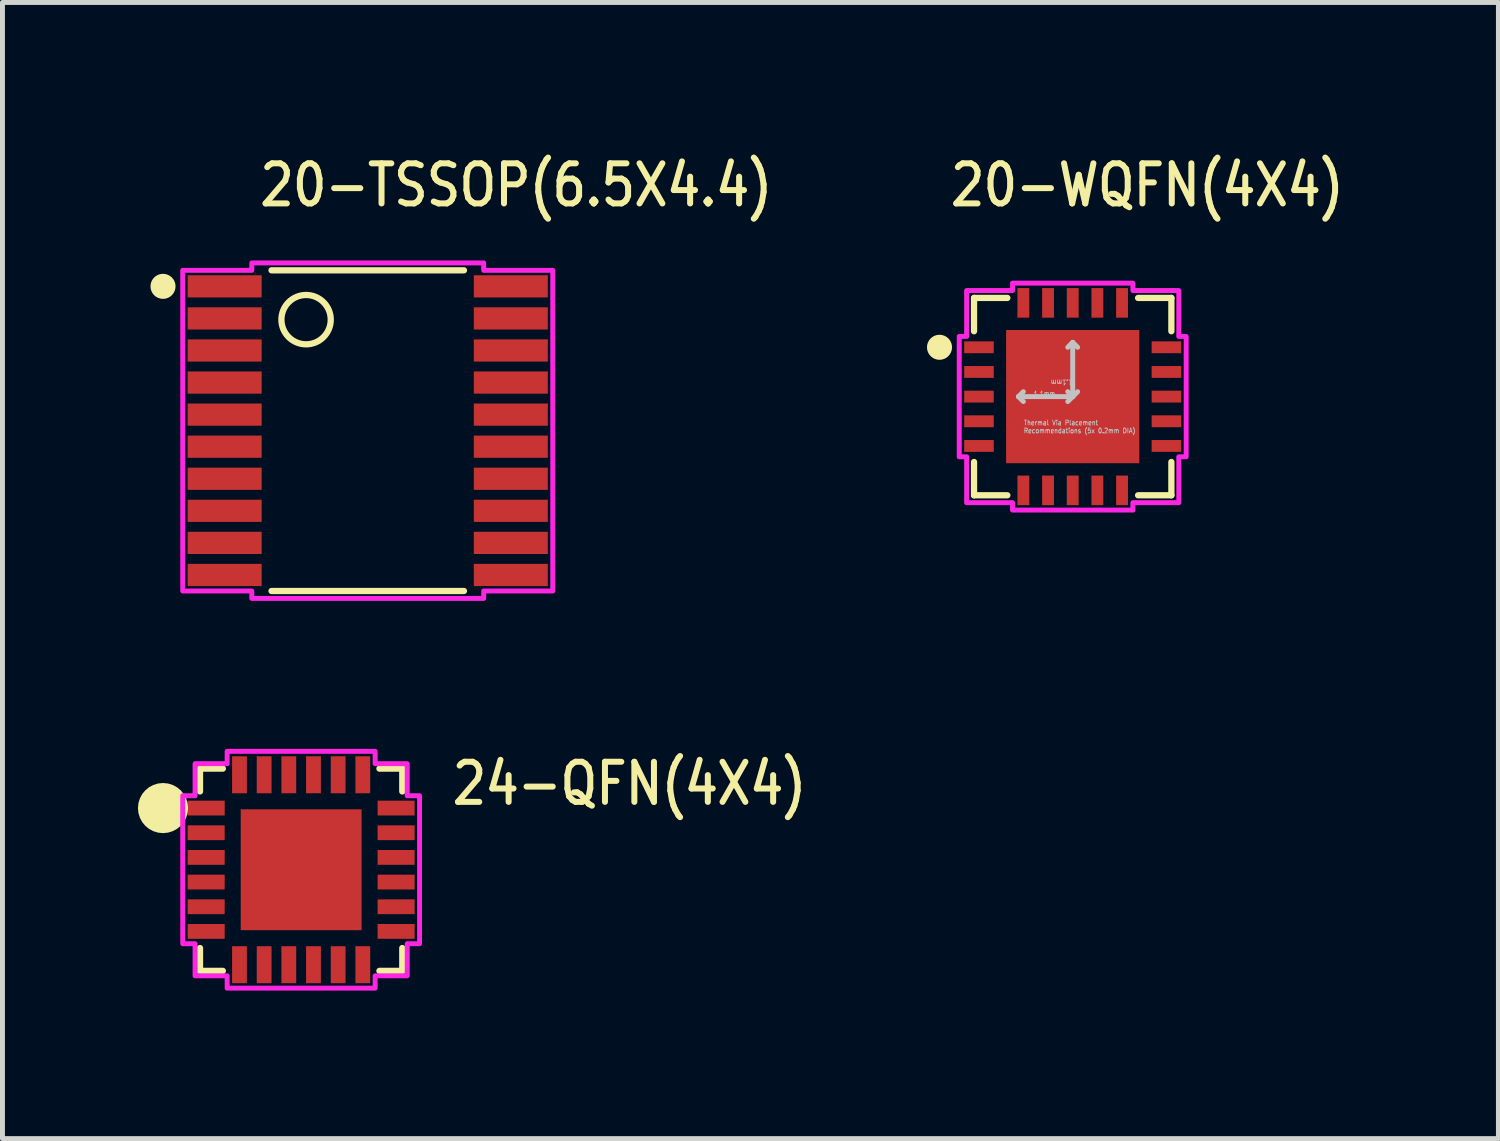
<source format=kicad_pcb>
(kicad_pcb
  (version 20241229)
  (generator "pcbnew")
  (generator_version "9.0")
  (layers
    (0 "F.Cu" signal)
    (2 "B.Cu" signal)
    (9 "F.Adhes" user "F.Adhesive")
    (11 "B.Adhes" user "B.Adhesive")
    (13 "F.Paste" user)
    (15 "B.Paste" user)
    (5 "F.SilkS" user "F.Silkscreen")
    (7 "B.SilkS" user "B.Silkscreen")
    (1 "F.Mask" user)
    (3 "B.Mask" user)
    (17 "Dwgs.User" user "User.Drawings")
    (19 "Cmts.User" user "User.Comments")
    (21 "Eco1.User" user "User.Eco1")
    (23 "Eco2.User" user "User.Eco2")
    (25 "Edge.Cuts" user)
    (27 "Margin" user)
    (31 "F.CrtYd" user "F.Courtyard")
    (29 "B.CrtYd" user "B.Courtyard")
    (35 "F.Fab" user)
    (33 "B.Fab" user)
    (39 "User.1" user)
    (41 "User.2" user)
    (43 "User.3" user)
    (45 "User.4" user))
  (footprint "20-WQFN(4X4)"
    (layer "F.Cu")
    (at 18.693 4.989)
    (property "Reference" "20-WQFN(4X4)" (at -2.54 -3.81 0) (unlocked yes) (layer "F.SilkS") (effects (font (size 0.813 0.695) (thickness 0.122)) (justify left bottom)))
    (fp_line (start -2 -2) (end -2 -1.325) (stroke (width 0.127) (type solid)) (layer "F.SilkS"))
    (fp_line (start -2 1.325) (end -2 2) (stroke (width 0.127) (type solid)) (layer "F.SilkS"))
    (fp_line (start -2 2) (end -1.325 2) (stroke (width 0.127) (type solid)) (layer "F.SilkS"))
    (fp_line (start -1.325 -2) (end -2 -2) (stroke (width 0.127) (type solid)) (layer "F.SilkS"))
    (fp_line (start 1.325 2) (end 2 2) (stroke (width 0.127) (type solid)) (layer "F.SilkS"))
    (fp_line (start 2 -2) (end 1.325 -2) (stroke (width 0.127) (type solid)) (layer "F.SilkS"))
    (fp_line (start 2 -1.325) (end 2 -2) (stroke (width 0.127) (type solid)) (layer "F.SilkS"))
    (fp_line (start 2 2) (end 2 1.325) (stroke (width 0.127) (type solid)) (layer "F.SilkS"))
    (fp_circle (center -2.7 -1) (end -2.446 -1) (stroke (width 0) (type solid)) (fill yes) (layer "F.SilkS"))
    (fp_poly (pts (xy -1.285 -0.095) (xy -0.095 -0.095) (xy -0.095 -1.285) (xy -1.285 -1.285)) (stroke (width 0) (type solid)) (fill yes) (layer "F.Paste"))
    (fp_poly (pts (xy -1.285 1.285) (xy -0.095 1.285) (xy -0.095 0.095) (xy -1.285 0.095)) (stroke (width 0) (type solid)) (fill yes) (layer "F.Paste"))
    (fp_poly (pts (xy 0.095 -0.095) (xy 1.285 -0.095) (xy 1.285 -1.285) (xy 0.095 -1.285)) (stroke (width 0) (type solid)) (fill yes) (layer "F.Paste"))
    (fp_poly (pts (xy 0.095 1.285) (xy 1.285 1.285) (xy 1.285 0.095) (xy 0.095 0.095)) (stroke (width 0) (type solid)) (fill yes) (layer "F.Paste"))
    (fp_line (start -1.1 0) (end -1 -0.1) (stroke (width 0.1) (type solid)) (layer "Dwgs.User"))
    (fp_line (start -1.1 0) (end -1 0.1) (stroke (width 0.1) (type solid)) (layer "Dwgs.User"))
    (fp_line (start -1.1 0) (end 0 0) (stroke (width 0.1) (type solid)) (layer "Dwgs.User"))
    (fp_line (start -0.1 -0.1) (end 0 0) (stroke (width 0.1) (type solid)) (layer "Dwgs.User"))
    (fp_line (start 0 -1.1) (end -0.1 -1) (stroke (width 0.1) (type solid)) (layer "Dwgs.User"))
    (fp_line (start 0 -1.1) (end 0.1 -1) (stroke (width 0.1) (type solid)) (layer "Dwgs.User"))
    (fp_line (start 0 0) (end -0.1 0.1) (stroke (width 0.1) (type solid)) (layer "Dwgs.User"))
    (fp_line (start 0 0) (end 0 -1.1) (stroke (width 0.1) (type solid)) (layer "Dwgs.User"))
    (fp_line (start 0 0) (end 0.1 -0.1) (stroke (width 0.1) (type solid)) (layer "Dwgs.User"))
    (fp_circle (center -1.1 0) (end -1 0) (stroke (width 0.000009) (type solid)) (fill no) (layer "Dwgs.User"))
    (fp_circle (center 0 -1.1) (end 0.1 -1.1) (stroke (width 0.000009) (type solid)) (fill no) (layer "Dwgs.User"))
    (fp_circle (center 0 0) (end 0.1 0) (stroke (width 0.000009) (type solid)) (fill no) (layer "Dwgs.User"))
    (fp_circle (center 0 1.1) (end 0.1 1.1) (stroke (width 0.000009) (type solid)) (fill no) (layer "Dwgs.User"))
    (fp_circle (center 1.1 0) (end 1.2 0) (stroke (width 0.000009) (type solid)) (fill no) (layer "Dwgs.User"))
    (fp_poly (pts (xy -2.15 1.22) (xy -2.3 1.22) (xy -2.3 -1.22) (xy -2.15 -1.22) (xy -2.15 -2.15) (xy -1.22 -2.15) (xy -1.22 -2.3) (xy 1.22 -2.3) (xy 1.22 -2.15) (xy 2.15 -2.15) (xy 2.15 -1.22) (xy 2.3 -1.22) (xy 2.3 1.22) (xy 2.15 1.22) (xy 2.15 2.15) (xy 1.22 2.15) (xy 1.22 2.3) (xy -1.22 2.3) (xy -1.22 2.15) (xy -2.15 2.15)) (stroke (width 0.1) (type solid)) (fill no) (layer "F.CrtYd"))
    (fp_text user "1.1mm" (at -0.8 0 0) (unlocked yes) (layer "Dwgs.User") (effects (font (size 0.1 0.086) (thickness 0.015)) (justify left bottom)))
    (fp_text user "Thermal Via Placement \nRecommendations (5x 0.2mm DIA)" (at -1 0.75 0) (unlocked yes) (layer "Dwgs.User") (effects (font (size 0.1 0.086) (thickness 0.015)) (justify left bottom)))
    (fp_text user "1.1mm" (at 0 -0.35 180) (unlocked yes) (layer "Dwgs.User") (effects (font (size 0.1 0.086) (thickness 0.015)) (justify left bottom)))
    (pad "1" smd rect (at -1.9 -1) (size 0.6 0.24) (layers "F.Cu" "F.Mask" "F.Paste"))
    (pad "2" smd rect (at -1.9 -0.5) (size 0.6 0.24) (layers "F.Cu" "F.Mask" "F.Paste"))
    (pad "3" smd rect (at -1.9 0) (size 0.6 0.24) (layers "F.Cu" "F.Mask" "F.Paste"))
    (pad "4" smd rect (at -1.9 0.5) (size 0.6 0.24) (layers "F.Cu" "F.Mask" "F.Paste"))
    (pad "5" smd rect (at -1.9 1) (size 0.6 0.24) (layers "F.Cu" "F.Mask" "F.Paste"))
    (pad "6" smd rect (at -1 1.9) (size 0.24 0.6) (layers "F.Cu" "F.Mask" "F.Paste"))
    (pad "7" smd rect (at -0.5 1.9) (size 0.24 0.6) (layers "F.Cu" "F.Mask" "F.Paste"))
    (pad "8" smd rect (at 0 1.9) (size 0.24 0.6) (layers "F.Cu" "F.Mask" "F.Paste"))
    (pad "9" smd rect (at 0.5 1.9) (size 0.24 0.6) (layers "F.Cu" "F.Mask" "F.Paste"))
    (pad "10" smd rect (at 1 1.9) (size 0.24 0.6) (layers "F.Cu" "F.Mask" "F.Paste"))
    (pad "11" smd rect (at 1.9 1) (size 0.6 0.24) (layers "F.Cu" "F.Mask" "F.Paste"))
    (pad "12" smd rect (at 1.9 0.5) (size 0.6 0.24) (layers "F.Cu" "F.Mask" "F.Paste"))
    (pad "13" smd rect (at 1.9 0) (size 0.6 0.24) (layers "F.Cu" "F.Mask" "F.Paste"))
    (pad "14" smd rect (at 1.9 -0.5) (size 0.6 0.24) (layers "F.Cu" "F.Mask" "F.Paste"))
    (pad "15" smd rect (at 1.9 -1) (size 0.6 0.24) (layers "F.Cu" "F.Mask" "F.Paste"))
    (pad "16" smd rect (at 1 -1.9) (size 0.24 0.6) (layers "F.Cu" "F.Mask" "F.Paste"))
    (pad "17" smd rect (at 0.5 -1.9) (size 0.24 0.6) (layers "F.Cu" "F.Mask" "F.Paste"))
    (pad "18" smd rect (at 0 -1.9) (size 0.24 0.6) (layers "F.Cu" "F.Mask" "F.Paste"))
    (pad "19" smd rect (at -0.5 -1.9) (size 0.24 0.6) (layers "F.Cu" "F.Mask" "F.Paste"))
    (pad "20" smd rect (at -1 -1.9) (size 0.24 0.6) (layers "F.Cu" "F.Mask" "F.Paste"))
    (pad "EP" smd rect (at 0 0) (size 2.7 2.7) (layers "F.Cu" "F.Mask")))
  (footprint "20-TSSOP(6.5X4.4)"
    (layer "F.Cu")
    (at 4.404 5.679)
    (property "Reference" "20-TSSOP(6.5X4.4)" (at -2.25 -4.5 0) (unlocked yes) (layer "F.SilkS") (effects (font (size 0.813 0.695) (thickness 0.122)) (justify left bottom)))
    (fp_line (start -1.95 -3.25) (end 1.95 -3.25) (stroke (width 0.127) (type solid)) (layer "F.SilkS"))
    (fp_line (start -1.95 3.25) (end 1.95 3.25) (stroke (width 0.127) (type solid)) (layer "F.SilkS"))
    (fp_circle (center -4.15 -2.925) (end -3.896 -2.925) (stroke (width 0) (type solid)) (fill yes) (layer "F.SilkS"))
    (fp_circle (center -1.25 -2.25) (end -0.75 -2.25) (stroke (width 0.127) (type solid)) (fill no) (layer "F.SilkS"))
    (fp_poly (pts (xy -3.75 -3.25) (xy -2.35 -3.25) (xy -2.35 -3.4) (xy 2.35 -3.4) (xy 2.35 -3.25) (xy 3.75 -3.25) (xy 3.75 3.25) (xy 2.35 3.25) (xy 2.35 3.4) (xy -2.35 3.4) (xy -2.35 3.25) (xy -3.75 3.25)) (stroke (width 0.1) (type solid)) (fill no) (layer "F.CrtYd"))
    (pad "1" smd rect (at -2.9 -2.925) (size 1.5 0.45) (layers "F.Cu" "F.Mask" "F.Paste"))
    (pad "2" smd rect (at -2.9 -2.275) (size 1.5 0.45) (layers "F.Cu" "F.Mask" "F.Paste"))
    (pad "3" smd rect (at -2.9 -1.625) (size 1.5 0.45) (layers "F.Cu" "F.Mask" "F.Paste"))
    (pad "4" smd rect (at -2.9 -0.975) (size 1.5 0.45) (layers "F.Cu" "F.Mask" "F.Paste"))
    (pad "5" smd rect (at -2.9 -0.325) (size 1.5 0.45) (layers "F.Cu" "F.Mask" "F.Paste"))
    (pad "6" smd rect (at -2.9 0.325) (size 1.5 0.45) (layers "F.Cu" "F.Mask" "F.Paste"))
    (pad "7" smd rect (at -2.9 0.975) (size 1.5 0.45) (layers "F.Cu" "F.Mask" "F.Paste"))
    (pad "8" smd rect (at -2.9 1.625) (size 1.5 0.45) (layers "F.Cu" "F.Mask" "F.Paste"))
    (pad "9" smd rect (at -2.9 2.275) (size 1.5 0.45) (layers "F.Cu" "F.Mask" "F.Paste"))
    (pad "10" smd rect (at -2.9 2.925) (size 1.5 0.45) (layers "F.Cu" "F.Mask" "F.Paste"))
    (pad "11" smd rect (at 2.9 2.925) (size 1.5 0.45) (layers "F.Cu" "F.Mask" "F.Paste"))
    (pad "12" smd rect (at 2.9 2.275) (size 1.5 0.45) (layers "F.Cu" "F.Mask" "F.Paste"))
    (pad "13" smd rect (at 2.9 1.625) (size 1.5 0.45) (layers "F.Cu" "F.Mask" "F.Paste"))
    (pad "14" smd rect (at 2.9 0.975) (size 1.5 0.45) (layers "F.Cu" "F.Mask" "F.Paste"))
    (pad "15" smd rect (at 2.9 0.325) (size 1.5 0.45) (layers "F.Cu" "F.Mask" "F.Paste"))
    (pad "16" smd rect (at 2.9 -0.325) (size 1.5 0.45) (layers "F.Cu" "F.Mask" "F.Paste"))
    (pad "17" smd rect (at 2.9 -0.975) (size 1.5 0.45) (layers "F.Cu" "F.Mask" "F.Paste"))
    (pad "18" smd rect (at 2.9 -1.625) (size 1.5 0.45) (layers "F.Cu" "F.Mask" "F.Paste"))
    (pad "19" smd rect (at 2.9 -2.275) (size 1.5 0.45) (layers "F.Cu" "F.Mask" "F.Paste"))
    (pad "20" smd rect (at 2.9 -2.925) (size 1.5 0.45) (layers "F.Cu" "F.Mask" "F.Paste")))
  (footprint "24-QFN(4X4)"
    (layer "F.Cu")
    (at 3.054 14.579)
    (property "Reference" "24-QFN(4X4)" (at 3 -1.27 0) (unlocked yes) (layer "F.SilkS") (effects (font (size 0.813 0.695) (thickness 0.122)) (justify left bottom)))
    (fp_line (start -2.05 -2.05) (end -2.05 -1.587) (stroke (width 0.127) (type solid)) (layer "F.SilkS"))
    (fp_line (start -2.05 1.587) (end -2.05 2.05) (stroke (width 0.127) (type solid)) (layer "F.SilkS"))
    (fp_line (start -2.05 2.05) (end -1.587 2.05) (stroke (width 0.127) (type solid)) (layer "F.SilkS"))
    (fp_line (start -1.587 -2.05) (end -2.05 -2.05) (stroke (width 0.127) (type solid)) (layer "F.SilkS"))
    (fp_line (start 1.587 2.05) (end 2.05 2.05) (stroke (width 0.127) (type solid)) (layer "F.SilkS"))
    (fp_line (start 2.05 -2.05) (end 1.587 -2.05) (stroke (width 0.127) (type solid)) (layer "F.SilkS"))
    (fp_line (start 2.05 -1.587) (end 2.05 -2.05) (stroke (width 0.127) (type solid)) (layer "F.SilkS"))
    (fp_line (start 2.05 2.05) (end 2.05 1.587) (stroke (width 0.127) (type solid)) (layer "F.SilkS"))
    (fp_circle (center -2.8 -1.25) (end -2.8 -1.25) (stroke (width 0.508) (type solid)) (fill no) (layer "F.SilkS"))
    (fp_poly (pts (xy -2.4 -1.5) (xy -2.15 -1.5) (xy -2.15 -2.15) (xy -1.5 -2.15) (xy -1.5 -2.4) (xy 1.5 -2.4) (xy 1.5 -2.15) (xy 2.15 -2.15) (xy 2.15 -1.5) (xy 2.4 -1.5) (xy 2.4 1.5) (xy 2.15 1.5) (xy 2.15 2.15) (xy 1.5 2.15) (xy 1.5 2.4) (xy -1.5 2.4) (xy -1.5 2.15) (xy -2.15 2.15) (xy -2.15 1.5) (xy -2.4 1.5)) (stroke (width 0.1) (type solid)) (fill no) (layer "F.CrtYd"))
    (pad "1" smd rect (at -1.925 -1.25) (size 0.75 0.3) (layers "F.Cu" "F.Mask" "F.Paste"))
    (pad "2" smd rect (at -1.925 -0.75) (size 0.75 0.3) (layers "F.Cu" "F.Mask" "F.Paste"))
    (pad "3" smd rect (at -1.925 -0.25) (size 0.75 0.3) (layers "F.Cu" "F.Mask" "F.Paste"))
    (pad "4" smd rect (at -1.925 0.25) (size 0.75 0.3) (layers "F.Cu" "F.Mask" "F.Paste"))
    (pad "5" smd rect (at -1.925 0.75) (size 0.75 0.3) (layers "F.Cu" "F.Mask" "F.Paste"))
    (pad "6" smd rect (at -1.925 1.25) (size 0.75 0.3) (layers "F.Cu" "F.Mask" "F.Paste"))
    (pad "7" smd rect (at -1.25 1.925) (size 0.3 0.75) (layers "F.Cu" "F.Mask" "F.Paste"))
    (pad "8" smd rect (at -0.75 1.925) (size 0.3 0.75) (layers "F.Cu" "F.Mask" "F.Paste"))
    (pad "9" smd rect (at -0.25 1.925) (size 0.3 0.75) (layers "F.Cu" "F.Mask" "F.Paste"))
    (pad "10" smd rect (at 0.25 1.925) (size 0.3 0.75) (layers "F.Cu" "F.Mask" "F.Paste"))
    (pad "11" smd rect (at 0.75 1.925) (size 0.3 0.75) (layers "F.Cu" "F.Mask" "F.Paste"))
    (pad "12" smd rect (at 1.25 1.925) (size 0.3 0.75) (layers "F.Cu" "F.Mask" "F.Paste"))
    (pad "13" smd rect (at 1.925 1.25) (size 0.75 0.3) (layers "F.Cu" "F.Mask" "F.Paste"))
    (pad "14" smd rect (at 1.925 0.75) (size 0.75 0.3) (layers "F.Cu" "F.Mask" "F.Paste"))
    (pad "15" smd rect (at 1.925 0.25) (size 0.75 0.3) (layers "F.Cu" "F.Mask" "F.Paste"))
    (pad "16" smd rect (at 1.925 -0.25) (size 0.75 0.3) (layers "F.Cu" "F.Mask" "F.Paste"))
    (pad "17" smd rect (at 1.925 -0.75) (size 0.75 0.3) (layers "F.Cu" "F.Mask" "F.Paste"))
    (pad "18" smd rect (at 1.925 -1.25) (size 0.75 0.3) (layers "F.Cu" "F.Mask" "F.Paste"))
    (pad "19" smd rect (at 1.25 -1.925) (size 0.3 0.75) (layers "F.Cu" "F.Mask" "F.Paste"))
    (pad "20" smd rect (at 0.75 -1.925) (size 0.3 0.75) (layers "F.Cu" "F.Mask" "F.Paste"))
    (pad "21" smd rect (at 0.25 -1.925) (size 0.3 0.75) (layers "F.Cu" "F.Mask" "F.Paste"))
    (pad "22" smd rect (at -0.25 -1.925) (size 0.3 0.75) (layers "F.Cu" "F.Mask" "F.Paste"))
    (pad "23" smd rect (at -0.75 -1.925) (size 0.3 0.75) (layers "F.Cu" "F.Mask" "F.Paste"))
    (pad "24" smd rect (at -1.25 -1.925) (size 0.3 0.75) (layers "F.Cu" "F.Mask" "F.Paste"))
    (pad "25" smd rect (at 0 0) (size 2.45 2.45) (layers "F.Cu" "F.Mask" "F.Paste")))
  (gr_rect
    (start -3 -3)
    (end 27.322 20.029)
    (stroke (width 0.1) (type default))
    (fill no)
    (layer "Edge.Cuts")))
</source>
